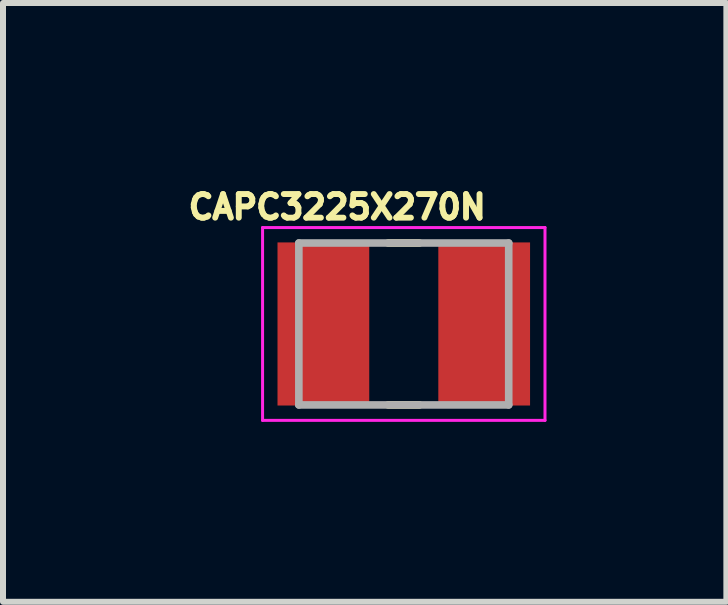
<source format=kicad_pcb>
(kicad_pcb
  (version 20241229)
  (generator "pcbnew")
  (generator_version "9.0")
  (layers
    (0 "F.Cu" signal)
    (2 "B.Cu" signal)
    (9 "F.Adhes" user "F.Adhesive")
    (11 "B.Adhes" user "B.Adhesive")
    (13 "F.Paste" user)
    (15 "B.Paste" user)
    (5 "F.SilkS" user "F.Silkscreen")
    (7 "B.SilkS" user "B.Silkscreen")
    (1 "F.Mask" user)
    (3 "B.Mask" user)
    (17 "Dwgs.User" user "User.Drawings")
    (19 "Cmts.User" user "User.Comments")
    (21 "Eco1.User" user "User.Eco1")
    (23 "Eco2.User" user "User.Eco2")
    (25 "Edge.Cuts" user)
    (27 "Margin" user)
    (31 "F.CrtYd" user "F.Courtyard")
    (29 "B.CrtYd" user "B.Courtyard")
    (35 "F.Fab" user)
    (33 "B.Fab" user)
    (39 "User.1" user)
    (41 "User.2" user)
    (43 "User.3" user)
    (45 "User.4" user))
  (footprint "CAPC3225X270N"
    (layer "F.Cu")
    (at 3.684 2.353)
    (property "Reference" "CAPC3225X270N" (at -1.11 -1.95 0) (layer "F.SilkS") (effects (font (size 0.394 0.394) (thickness 0.15))))
    (attr smd)
    (fp_line (start -0.26 -1.35) (end 0.26 -1.35) (stroke (width 0.127) (type solid)) (layer "F.SilkS"))
    (fp_line (start -0.26 1.35) (end 0.26 1.35) (stroke (width 0.127) (type solid)) (layer "F.SilkS"))
    (fp_line (start -2.355 -1.608) (end 2.355 -1.608) (stroke (width 0.05) (type solid)) (layer "F.CrtYd"))
    (fp_line (start -2.355 1.608) (end -2.355 -1.608) (stroke (width 0.05) (type solid)) (layer "F.CrtYd"))
    (fp_line (start -2.355 1.608) (end 2.355 1.608) (stroke (width 0.05) (type solid)) (layer "F.CrtYd"))
    (fp_line (start 2.355 1.608) (end 2.355 -1.608) (stroke (width 0.05) (type solid)) (layer "F.CrtYd"))
    (fp_line (start -1.75 1.35) (end -1.75 -1.35) (stroke (width 0.127) (type solid)) (layer "F.Fab"))
    (fp_line (start 1.75 -1.35) (end -1.75 -1.35) (stroke (width 0.127) (type solid)) (layer "F.Fab"))
    (fp_line (start 1.75 1.35) (end -1.75 1.35) (stroke (width 0.127) (type solid)) (layer "F.Fab"))
    (fp_line (start 1.75 1.35) (end 1.75 -1.35) (stroke (width 0.127) (type solid)) (layer "F.Fab"))
    (pad "1" smd rect (at -1.341 0) (size 1.53 2.72) (layers "F.Cu" "F.Mask" "F.Paste"))
    (pad "2" smd rect (at 1.341 0) (size 1.53 2.72) (layers "F.Cu" "F.Mask" "F.Paste")))
  (gr_rect
    (start -3 -3)
    (end 9.064 6.986)
    (stroke (width 0.1) (type default))
    (fill no)
    (layer "Edge.Cuts")))
</source>
